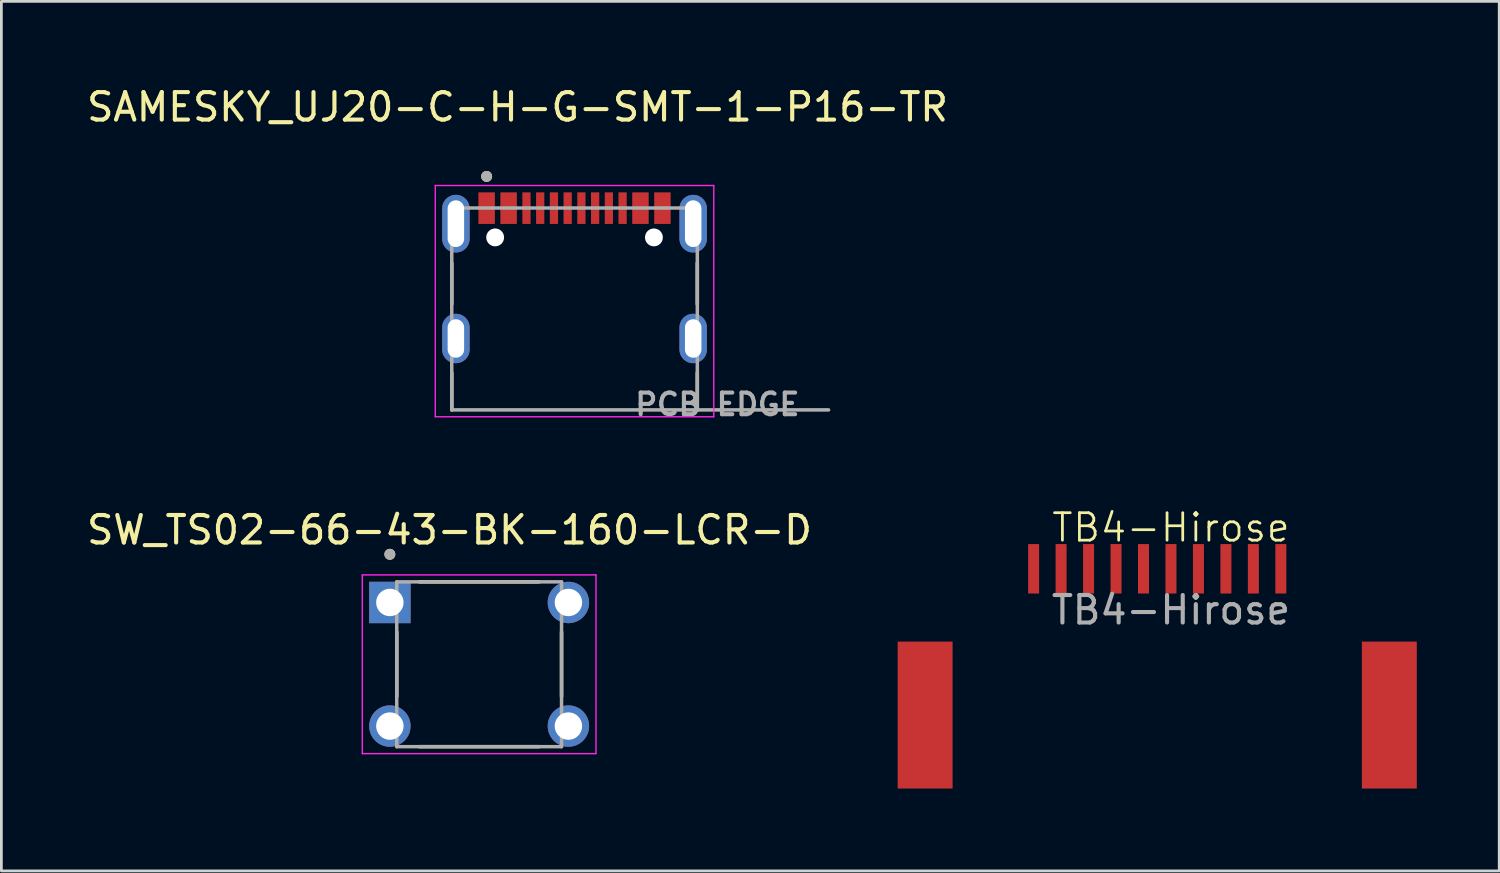
<source format=kicad_pcb>
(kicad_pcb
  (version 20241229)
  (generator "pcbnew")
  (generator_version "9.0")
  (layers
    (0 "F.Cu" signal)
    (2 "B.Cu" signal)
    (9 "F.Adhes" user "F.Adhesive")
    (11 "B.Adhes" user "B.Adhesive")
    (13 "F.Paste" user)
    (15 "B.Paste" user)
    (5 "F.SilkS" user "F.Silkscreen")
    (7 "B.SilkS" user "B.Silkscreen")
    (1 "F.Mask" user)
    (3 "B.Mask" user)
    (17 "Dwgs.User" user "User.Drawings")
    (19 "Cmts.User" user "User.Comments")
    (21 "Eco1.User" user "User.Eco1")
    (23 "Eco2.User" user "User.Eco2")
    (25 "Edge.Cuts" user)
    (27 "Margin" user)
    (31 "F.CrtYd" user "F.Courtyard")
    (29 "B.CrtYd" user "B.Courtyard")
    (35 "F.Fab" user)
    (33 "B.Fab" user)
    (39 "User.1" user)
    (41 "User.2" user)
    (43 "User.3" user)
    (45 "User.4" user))
  (footprint "SW_TS02-66-43-BK-160-LCR-D"
    (layer "F.Cu")
    (at 14.394 21.134)
    (property "Reference" "SW_TS02-66-43-BK-160-LCR-D" (at -1.079 -4.889 0) (layer "F.SilkS") (effects (font (size 1 1) (thickness 0.15))))
    (attr through_hole)
    (fp_line (start -3 -1.176) (end -3 1.176) (stroke (width 0.127) (type solid)) (layer "F.SilkS"))
    (fp_line (start -2.176 -3) (end 2.176 -3) (stroke (width 0.127) (type solid)) (layer "F.SilkS"))
    (fp_line (start -2.176 3) (end 2.176 3) (stroke (width 0.127) (type solid)) (layer "F.SilkS"))
    (fp_line (start 3 -1.176) (end 3 1.176) (stroke (width 0.127) (type solid)) (layer "F.SilkS"))
    (fp_circle (center -3.25 -4.004) (end -3.15 -4.004) (stroke (width 0.2) (type solid)) (fill no) (layer "F.SilkS"))
    (fp_line (start -4.254 -3.254) (end -4.254 3.254) (stroke (width 0.05) (type solid)) (layer "F.CrtYd"))
    (fp_line (start -4.254 3.254) (end 4.254 3.254) (stroke (width 0.05) (type solid)) (layer "F.CrtYd"))
    (fp_line (start 4.254 -3.254) (end -4.254 -3.254) (stroke (width 0.05) (type solid)) (layer "F.CrtYd"))
    (fp_line (start 4.254 3.254) (end 4.254 -3.254) (stroke (width 0.05) (type solid)) (layer "F.CrtYd"))
    (fp_line (start -3 -3) (end 3 -3) (stroke (width 0.127) (type solid)) (layer "F.Fab"))
    (fp_line (start -3 3) (end -3 -3) (stroke (width 0.127) (type solid)) (layer "F.Fab"))
    (fp_line (start 3 -3) (end 3 3) (stroke (width 0.127) (type solid)) (layer "F.Fab"))
    (fp_line (start 3 3) (end -3 3) (stroke (width 0.127) (type solid)) (layer "F.Fab"))
    (fp_circle (center -3.25 -4.004) (end -3.15 -4.004) (stroke (width 0.2) (type solid)) (fill no) (layer "F.Fab"))
    (pad "1" thru_hole rect (at -3.25 -2.25) (size 1.508 1.508) (drill 1) (layers "*.Cu" "*.Mask"))
    (pad "2" thru_hole circle (at 3.25 -2.25) (size 1.508 1.508) (drill 1) (layers "*.Cu" "*.Mask"))
    (pad "3" thru_hole circle (at -3.25 2.25) (size 1.508 1.508) (drill 1) (layers "*.Cu" "*.Mask"))
    (pad "4" thru_hole circle (at 3.25 2.25) (size 1.508 1.508) (drill 1) (layers "*.Cu" "*.Mask")))
  (footprint "TB4-Hirose"
    (layer "F.Cu")
    (at 39.581 16.658)
    (property "Reference" "TB4-Hirose" (at 0 -0.5 0) (unlocked yes) (layer "F.SilkS") (effects (font (size 1 1) (thickness 0.1))))
    (attr smd)
    (fp_text user "${REFERENCE}" (at 0 2.5 0) (unlocked yes) (layer "F.Fab") (effects (font (size 1 1) (thickness 0.15))))
    (pad "1" smd rect (at -5 1) (size 0.4 1.8) (layers "F.Cu" "F.Mask" "F.Paste"))
    (pad "2" smd rect (at -4 1) (size 0.4 1.8) (layers "F.Cu" "F.Mask" "F.Paste"))
    (pad "3" smd rect (at -3 1) (size 0.4 1.8) (layers "F.Cu" "F.Mask" "F.Paste"))
    (pad "4" smd rect (at -2 1) (size 0.4 1.8) (layers "F.Cu" "F.Mask" "F.Paste"))
    (pad "5" smd rect (at -1 1) (size 0.4 1.8) (layers "F.Cu" "F.Mask" "F.Paste"))
    (pad "6" smd rect (at 0 1) (size 0.4 1.8) (layers "F.Cu" "F.Mask" "F.Paste"))
    (pad "7" smd rect (at 1 1) (size 0.4 1.8) (layers "F.Cu" "F.Mask" "F.Paste"))
    (pad "8" smd rect (at 2 1) (size 0.4 1.8) (layers "F.Cu" "F.Mask" "F.Paste"))
    (pad "9" smd rect (at 3 1) (size 0.4 1.8) (layers "F.Cu" "F.Mask" "F.Paste"))
    (pad "10" smd rect (at 4 1) (size 0.4 1.8) (layers "F.Cu" "F.Mask" "F.Paste"))
    (pad "12" smd rect (at -8.95 6.325) (size 2 5.35) (layers "F.Cu" "F.Mask" "F.Paste"))
    (pad "12" smd rect (at 7.95 6.325) (size 2 5.35) (layers "F.Cu" "F.Mask" "F.Paste")))
  (footprint "SAMESKY_UJ20-C-H-G-SMT-1-P16-TR"
    (layer "F.Cu")
    (at 17.867 11.873)
    (property "Reference" "SAMESKY_UJ20-C-H-G-SMT-1-P16-TR" (at -2.075 -11.025 0) (layer "F.SilkS") (effects (font (size 1 1) (thickness 0.15))))
    (attr smd)
    (fp_line (start -4.47 -5.35) (end -4.47 -3.85) (stroke (width 0.127) (type solid)) (layer "F.SilkS"))
    (fp_line (start -4.47 -1.35) (end -4.47 0) (stroke (width 0.127) (type solid)) (layer "F.SilkS"))
    (fp_line (start 4.47 -5.35) (end 4.47 -3.85) (stroke (width 0.127) (type solid)) (layer "F.SilkS"))
    (fp_line (start 4.47 -1.35) (end 4.47 0) (stroke (width 0.127) (type solid)) (layer "F.SilkS"))
    (fp_circle (center -3.2 -8.5) (end -3.1 -8.5) (stroke (width 0.2) (type solid)) (fill no) (layer "F.SilkS"))
    (fp_line (start -5.07 -8.17) (end -5.07 0.25) (stroke (width 0.05) (type solid)) (layer "F.CrtYd"))
    (fp_line (start -5.07 0.25) (end 5.07 0.25) (stroke (width 0.05) (type solid)) (layer "F.CrtYd"))
    (fp_line (start 5.07 -8.17) (end -5.07 -8.17) (stroke (width 0.05) (type solid)) (layer "F.CrtYd"))
    (fp_line (start 5.07 0.25) (end 5.07 -8.17) (stroke (width 0.05) (type solid)) (layer "F.CrtYd"))
    (fp_line (start -4.47 -7.35) (end -4.47 0) (stroke (width 0.127) (type solid)) (layer "F.Fab"))
    (fp_line (start -4.47 0) (end 4.47 0) (stroke (width 0.127) (type solid)) (layer "F.Fab"))
    (fp_line (start 4.47 -7.35) (end -4.47 -7.35) (stroke (width 0.127) (type solid)) (layer "F.Fab"))
    (fp_line (start 4.47 0) (end 4.47 -7.35) (stroke (width 0.127) (type solid)) (layer "F.Fab"))
    (fp_line (start 4.47 0) (end 9.25 0) (stroke (width 0.127) (type solid)) (layer "F.Fab"))
    (fp_circle (center -3.2 -8.5) (end -3.1 -8.5) (stroke (width 0.2) (type solid)) (fill no) (layer "F.Fab"))
    (fp_text user "PCB EDGE" (at 5.2 -0.2 0) (layer "F.Fab") (effects (font (size 0.787 0.787) (thickness 0.15))))
    (pad "" np_thru_hole circle (at -2.89 -6.28) (size 0.65 0.65) (drill 0.65) (layers "*.Cu" "*.Mask"))
    (pad "" np_thru_hole circle (at 2.89 -6.28) (size 0.65 0.65) (drill 0.65) (layers "*.Cu" "*.Mask"))
    (pad "A1_B12" smd rect (at -3.2 -7.345) (size 0.6 1.15) (layers "F.Cu" "F.Mask" "F.Paste"))
    (pad "A4_B9" smd rect (at -2.4 -7.345) (size 0.6 1.15) (layers "F.Cu" "F.Mask" "F.Paste"))
    (pad "A5" smd rect (at -1.25 -7.345) (size 0.3 1.15) (layers "F.Cu" "F.Mask" "F.Paste"))
    (pad "A6" smd rect (at -0.25 -7.345) (size 0.3 1.15) (layers "F.Cu" "F.Mask" "F.Paste"))
    (pad "A7" smd rect (at 0.25 -7.345) (size 0.3 1.15) (layers "F.Cu" "F.Mask" "F.Paste"))
    (pad "A8" smd rect (at 1.25 -7.345) (size 0.3 1.15) (layers "F.Cu" "F.Mask" "F.Paste"))
    (pad "B1_A12" smd rect (at 3.2 -7.345) (size 0.6 1.15) (layers "F.Cu" "F.Mask" "F.Paste"))
    (pad "B4_A9" smd rect (at 2.4 -7.345) (size 0.6 1.15) (layers "F.Cu" "F.Mask" "F.Paste"))
    (pad "B5" smd rect (at 1.75 -7.345) (size 0.3 1.15) (layers "F.Cu" "F.Mask" "F.Paste"))
    (pad "B6" smd rect (at 0.75 -7.345) (size 0.3 1.15) (layers "F.Cu" "F.Mask" "F.Paste"))
    (pad "B7" smd rect (at -0.75 -7.345) (size 0.3 1.15) (layers "F.Cu" "F.Mask" "F.Paste"))
    (pad "B8" smd rect (at -1.75 -7.345) (size 0.3 1.15) (layers "F.Cu" "F.Mask" "F.Paste"))
    (pad "SH1" thru_hole oval (at -4.32 -6.78) (size 1 2.1) (drill oval 0.6 1.7) (layers "*.Cu" "*.Mask"))
    (pad "SH2" thru_hole oval (at 4.32 -6.78) (size 1 2.1) (drill oval 0.6 1.7) (layers "*.Cu" "*.Mask"))
    (pad "SH3" thru_hole oval (at -4.32 -2.6) (size 1 1.8) (drill oval 0.6 1.4) (layers "*.Cu" "*.Mask"))
    (pad "SH4" thru_hole oval (at 4.32 -2.6) (size 1 1.8) (drill oval 0.6 1.4) (layers "*.Cu" "*.Mask")))
  (gr_rect
    (start -3 -3)
    (end 51.531 28.658)
    (stroke (width 0.1) (type default))
    (fill no)
    (layer "Edge.Cuts")))
</source>
